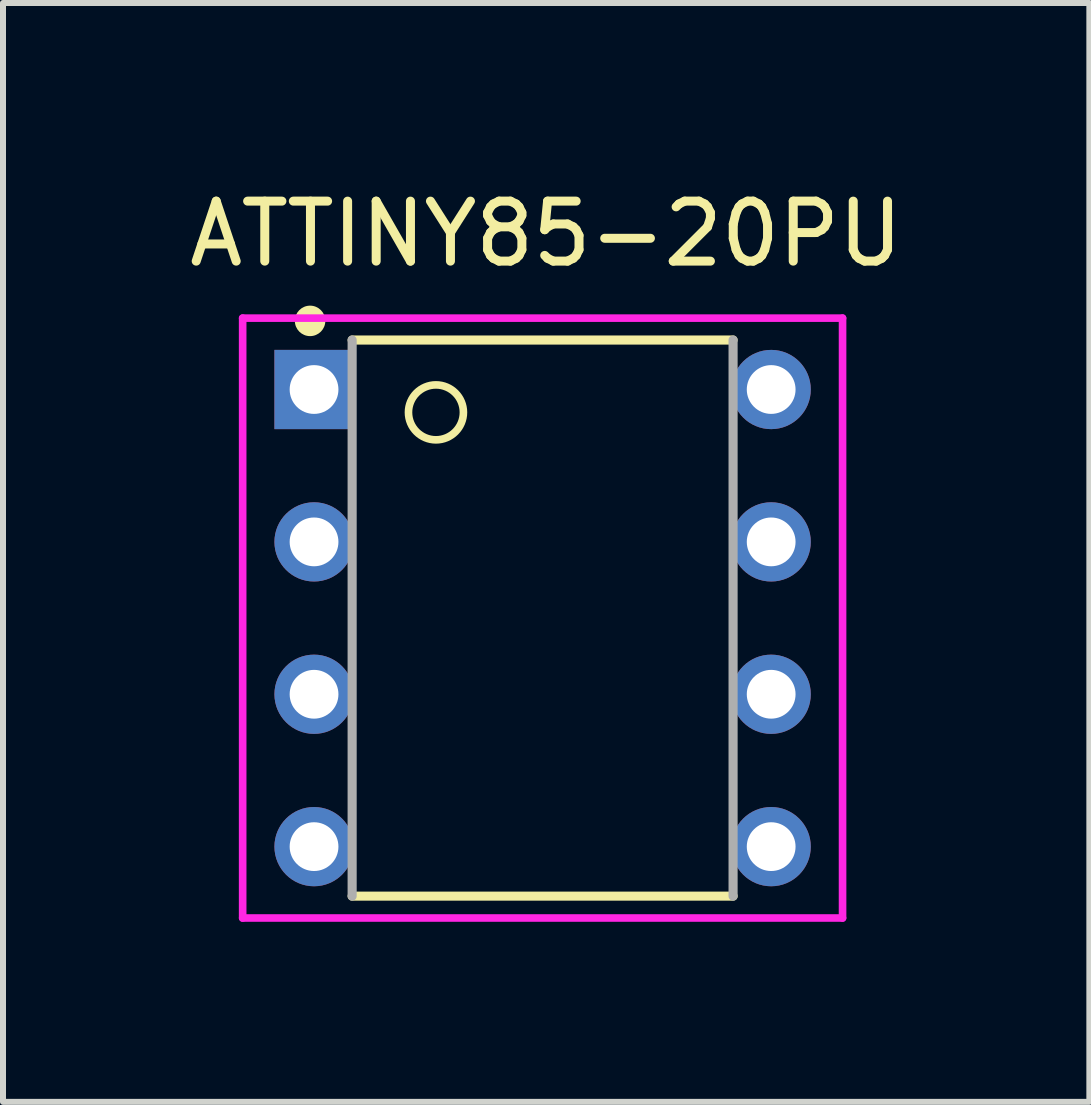
<source format=kicad_pcb>
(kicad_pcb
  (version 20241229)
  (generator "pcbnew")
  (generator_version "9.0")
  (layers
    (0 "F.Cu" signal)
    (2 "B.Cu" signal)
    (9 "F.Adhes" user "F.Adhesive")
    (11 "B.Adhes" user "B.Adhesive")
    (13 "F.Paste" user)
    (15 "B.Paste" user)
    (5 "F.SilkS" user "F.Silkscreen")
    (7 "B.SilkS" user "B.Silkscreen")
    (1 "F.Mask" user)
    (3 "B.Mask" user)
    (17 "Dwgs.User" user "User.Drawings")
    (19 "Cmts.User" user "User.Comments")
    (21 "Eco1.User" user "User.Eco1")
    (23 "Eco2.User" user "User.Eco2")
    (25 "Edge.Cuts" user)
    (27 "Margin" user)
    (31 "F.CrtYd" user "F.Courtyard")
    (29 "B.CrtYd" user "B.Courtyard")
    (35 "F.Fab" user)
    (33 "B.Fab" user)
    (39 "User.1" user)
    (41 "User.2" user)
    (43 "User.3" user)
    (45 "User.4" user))
  (footprint "ATTINY85-20PU"
    (layer "F.Cu")
    (at 5.995 7.253)
    (property "Reference" "ATTINY85-20PU" (at 0.059 -6.405 0) (layer "F.SilkS") (effects (font (size 1 1) (thickness 0.15))))
    (attr through_hole)
    (fp_line (start -3.175 -4.635) (end 3.175 -4.635) (stroke (width 0.152) (type solid)) (layer "F.SilkS"))
    (fp_line (start 3.175 4.635) (end -3.175 4.635) (stroke (width 0.152) (type solid)) (layer "F.SilkS"))
    (fp_circle (center -3.876 -4.954) (end -3.622 -4.954) (stroke (width 0) (type solid)) (fill yes) (layer "F.SilkS"))
    (fp_circle (center -1.778 -3.429) (end -1.32 -3.429) (stroke (width 0.127) (type solid)) (fill no) (layer "F.SilkS"))
    (fp_line (start -5 -5) (end 5 -5) (stroke (width 0.127) (type solid)) (layer "F.CrtYd"))
    (fp_line (start -5 5) (end -5 -5) (stroke (width 0.127) (type solid)) (layer "F.CrtYd"))
    (fp_line (start 5 -5) (end 5 5) (stroke (width 0.127) (type solid)) (layer "F.CrtYd"))
    (fp_line (start 5 5) (end -5 5) (stroke (width 0.127) (type solid)) (layer "F.CrtYd"))
    (fp_line (start -3.175 -4.635) (end -3.175 4.635) (stroke (width 0.152) (type solid)) (layer "F.Fab"))
    (fp_line (start 3.175 4.635) (end 3.175 -4.635) (stroke (width 0.152) (type solid)) (layer "F.Fab"))
    (pad "1" thru_hole rect (at -3.81 -3.81) (size 1.321 1.321) (drill 0.813) (layers "*.Cu" "*.Mask"))
    (pad "2" thru_hole circle (at -3.81 -1.27) (size 1.321 1.321) (drill 0.813) (layers "*.Cu" "*.Mask"))
    (pad "3" thru_hole circle (at -3.81 1.27) (size 1.321 1.321) (drill 0.813) (layers "*.Cu" "*.Mask"))
    (pad "4" thru_hole circle (at -3.81 3.81) (size 1.321 1.321) (drill 0.813) (layers "*.Cu" "*.Mask"))
    (pad "5" thru_hole circle (at 3.81 3.81) (size 1.321 1.321) (drill 0.813) (layers "*.Cu" "*.Mask"))
    (pad "6" thru_hole circle (at 3.81 1.27) (size 1.321 1.321) (drill 0.813) (layers "*.Cu" "*.Mask"))
    (pad "7" thru_hole circle (at 3.81 -1.27) (size 1.321 1.321) (drill 0.813) (layers "*.Cu" "*.Mask"))
    (pad "8" thru_hole circle (at 3.81 -3.81) (size 1.321 1.321) (drill 0.813) (layers "*.Cu" "*.Mask")))
  (gr_rect
    (start -3 -3)
    (end 15.109 15.317)
    (stroke (width 0.1) (type default))
    (fill no)
    (layer "Edge.Cuts")))
</source>
